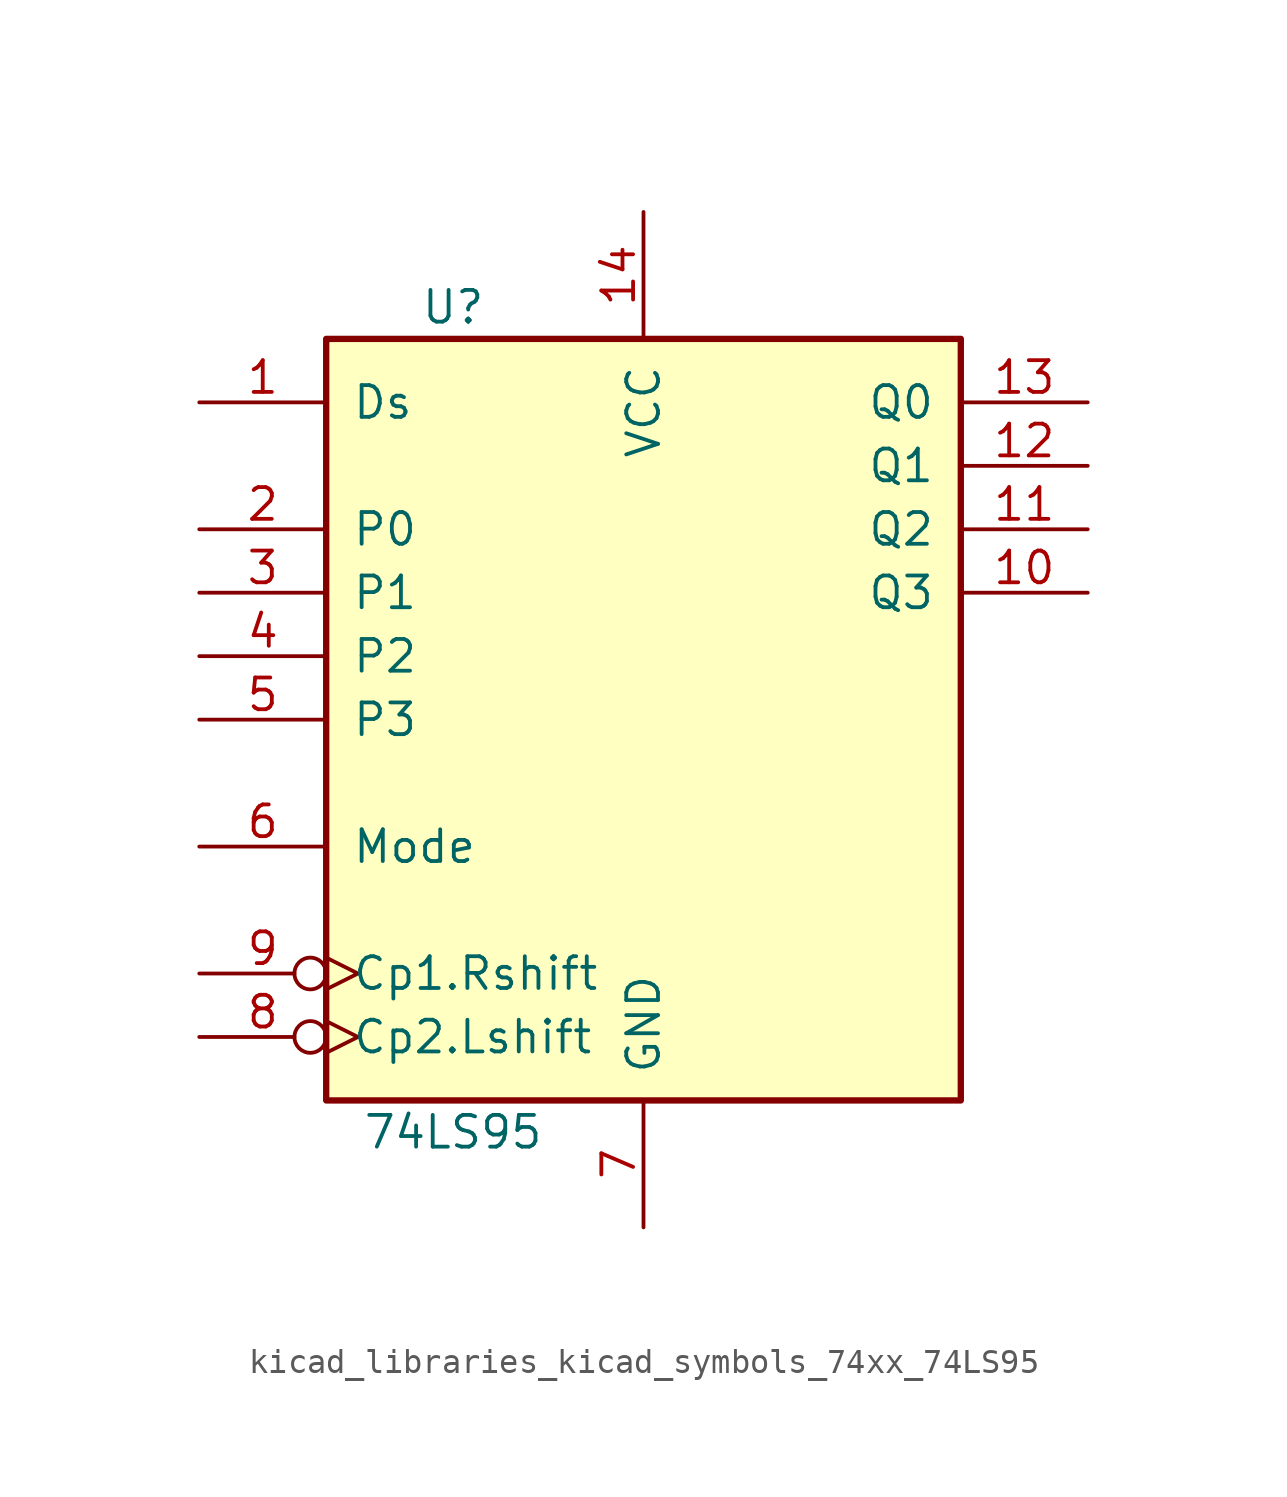
<source format=kicad_sym>
(kicad_symbol_lib
  (version 20220914)
  (generator kicad_symbol_editor)
  (symbol "kicad_libraries_kicad_symbols_74xx_74LS95"
    (pin_names
      (offset 1.016))
    (property "Reference" "U"
      (at -7.62 16.51 0)
      (effects (font (size 1.27 1.27))))
    (property "Value" "74LS95"
      (at -7.62 -16.51 0)
      (effects (font (size 1.27 1.27))))
    (property "ki_locked" ""
      (at 0 0 0)
      (effects (font (size 1.27 1.27))))
    (symbol "kicad_libraries_kicad_symbols_74xx_74LS95_1_0"
      (pin input line (at -17.78 12.7 0) (length 5.08) (name "Ds" (effects (font (size 1.27 1.27)))) (number "1" (effects (font (size 1.27 1.27)))))
      (pin output line (at 17.78 5.08 180) (length 5.08) (name "Q3" (effects (font (size 1.27 1.27)))) (number "10" (effects (font (size 1.27 1.27)))))
      (pin output line (at 17.78 7.62 180) (length 5.08) (name "Q2" (effects (font (size 1.27 1.27)))) (number "11" (effects (font (size 1.27 1.27)))))
      (pin output line (at 17.78 10.16 180) (length 5.08) (name "Q1" (effects (font (size 1.27 1.27)))) (number "12" (effects (font (size 1.27 1.27)))))
      (pin output line (at 17.78 12.7 180) (length 5.08) (name "Q0" (effects (font (size 1.27 1.27)))) (number "13" (effects (font (size 1.27 1.27)))))
      (pin power_in line (at 0 20.32 270) (length 5.08) (name "VCC" (effects (font (size 1.27 1.27)))) (number "14" (effects (font (size 1.27 1.27)))))
      (pin input line (at -17.78 7.62 0) (length 5.08) (name "P0" (effects (font (size 1.27 1.27)))) (number "2" (effects (font (size 1.27 1.27)))))
      (pin input line (at -17.78 5.08 0) (length 5.08) (name "P1" (effects (font (size 1.27 1.27)))) (number "3" (effects (font (size 1.27 1.27)))))
      (pin input line (at -17.78 2.54 0) (length 5.08) (name "P2" (effects (font (size 1.27 1.27)))) (number "4" (effects (font (size 1.27 1.27)))))
      (pin input line (at -17.78 0 0) (length 5.08) (name "P3" (effects (font (size 1.27 1.27)))) (number "5" (effects (font (size 1.27 1.27)))))
      (pin input line (at -17.78 -5.08 0) (length 5.08) (name "Mode" (effects (font (size 1.27 1.27)))) (number "6" (effects (font (size 1.27 1.27)))))
      (pin power_in line (at 0 -20.32 90) (length 5.08) (name "GND" (effects (font (size 1.27 1.27)))) (number "7" (effects (font (size 1.27 1.27)))))
      (pin input inverted_clock (at -17.78 -12.7 0) (length 5.08) (name "Cp2.Lshift" (effects (font (size 1.27 1.27)))) (number "8" (effects (font (size 1.27 1.27)))))
      (pin input inverted_clock (at -17.78 -10.16 0) (length 5.08) (name "Cp1.Rshift" (effects (font (size 1.27 1.27)))) (number "9" (effects (font (size 1.27 1.27))))))
    (symbol "kicad_libraries_kicad_symbols_74xx_74LS95_1_1"
      (rectangle (start -12.7 15.24) (end 12.7 -15.24) (stroke (width 0.254) (type default)) (fill (type background))))))
</source>
